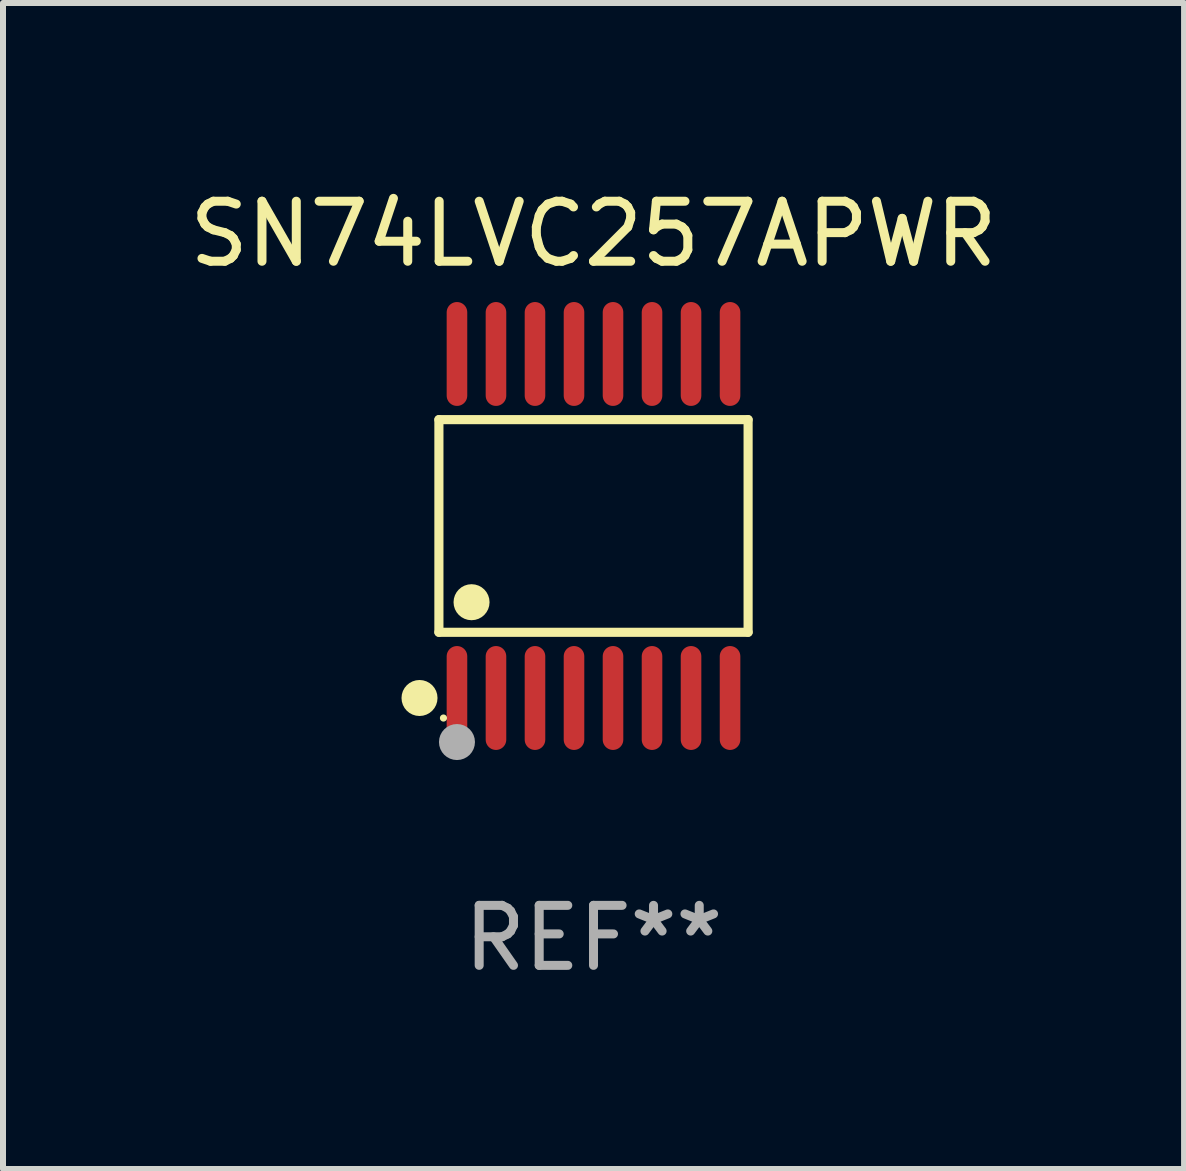
<source format=kicad_pcb>
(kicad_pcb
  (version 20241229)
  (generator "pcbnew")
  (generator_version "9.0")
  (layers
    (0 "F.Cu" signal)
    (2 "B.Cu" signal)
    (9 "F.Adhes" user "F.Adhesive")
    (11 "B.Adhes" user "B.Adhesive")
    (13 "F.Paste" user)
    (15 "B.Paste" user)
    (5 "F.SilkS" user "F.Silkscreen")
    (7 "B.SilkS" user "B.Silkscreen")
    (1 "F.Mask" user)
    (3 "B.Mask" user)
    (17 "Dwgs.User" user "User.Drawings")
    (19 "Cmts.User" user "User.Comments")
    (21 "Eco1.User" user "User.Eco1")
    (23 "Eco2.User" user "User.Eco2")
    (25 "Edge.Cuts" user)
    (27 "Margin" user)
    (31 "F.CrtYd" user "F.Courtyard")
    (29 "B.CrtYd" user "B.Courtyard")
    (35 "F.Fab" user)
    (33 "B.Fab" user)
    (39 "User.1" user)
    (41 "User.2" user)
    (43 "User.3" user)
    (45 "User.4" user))
  (footprint "SN74LVC257APWR"
    (layer "F.Cu")
    (at 6.839 5.714)
    (property "Reference" "SN74LVC257APWR" (at 0 -4.866 0) (layer "F.SilkS") (effects (font (size 1 1) (thickness 0.15))))
    (attr through_hole)
    (fp_line (start -2.576 -1.772) (end 2.576 -1.772) (stroke (width 0.152) (type solid)) (layer "F.SilkS"))
    (fp_line (start -2.576 1.771) (end -2.576 -1.772) (stroke (width 0.152) (type solid)) (layer "F.SilkS"))
    (fp_line (start 2.576 -1.772) (end 2.576 1.771) (stroke (width 0.152) (type solid)) (layer "F.SilkS"))
    (fp_line (start 2.576 1.771) (end -2.576 1.771) (stroke (width 0.152) (type solid)) (layer "F.SilkS"))
    (fp_circle (center -2.899 2.866) (end -2.749 2.866) (stroke (width 0.3) (type solid)) (fill no) (layer "F.SilkS"))
    (fp_circle (center -2.5 3.2) (end -2.47 3.2) (stroke (width 0.06) (type solid)) (fill no) (layer "F.SilkS"))
    (fp_circle (center -2.032 1.27) (end -1.882 1.27) (stroke (width 0.3) (type solid)) (fill no) (layer "F.SilkS"))
    (fp_circle (center -2.275 3.6) (end -2.125 3.6) (stroke (width 0.3) (type solid)) (fill no) (layer "F.Fab"))
    (fp_text user "REF**" (at 0 6.866 0) (layer "F.Fab") (effects (font (size 1 1) (thickness 0.15))))
    (pad "1" smd oval (at -2.275 2.866) (size 0.343 1.731) (layers "F.Cu" "F.Mask" "F.Paste"))
    (pad "2" smd oval (at -1.625 2.866) (size 0.343 1.731) (layers "F.Cu" "F.Mask" "F.Paste"))
    (pad "3" smd oval (at -0.975 2.866) (size 0.343 1.731) (layers "F.Cu" "F.Mask" "F.Paste"))
    (pad "4" smd oval (at -0.325 2.866) (size 0.343 1.731) (layers "F.Cu" "F.Mask" "F.Paste"))
    (pad "5" smd oval (at 0.325 2.866) (size 0.343 1.731) (layers "F.Cu" "F.Mask" "F.Paste"))
    (pad "6" smd oval (at 0.975 2.866) (size 0.343 1.731) (layers "F.Cu" "F.Mask" "F.Paste"))
    (pad "7" smd oval (at 1.625 2.866) (size 0.343 1.731) (layers "F.Cu" "F.Mask" "F.Paste"))
    (pad "8" smd oval (at 2.275 2.866) (size 0.343 1.731) (layers "F.Cu" "F.Mask" "F.Paste"))
    (pad "9" smd oval (at 2.275 -2.866) (size 0.343 1.731) (layers "F.Cu" "F.Mask" "F.Paste"))
    (pad "10" smd oval (at 1.625 -2.866) (size 0.343 1.731) (layers "F.Cu" "F.Mask" "F.Paste"))
    (pad "11" smd oval (at 0.975 -2.866) (size 0.343 1.731) (layers "F.Cu" "F.Mask" "F.Paste"))
    (pad "12" smd oval (at 0.325 -2.866) (size 0.343 1.731) (layers "F.Cu" "F.Mask" "F.Paste"))
    (pad "13" smd oval (at -0.325 -2.866) (size 0.343 1.731) (layers "F.Cu" "F.Mask" "F.Paste"))
    (pad "14" smd oval (at -0.975 -2.866) (size 0.343 1.731) (layers "F.Cu" "F.Mask" "F.Paste"))
    (pad "15" smd oval (at -1.625 -2.866) (size 0.343 1.731) (layers "F.Cu" "F.Mask" "F.Paste"))
    (pad "16" smd oval (at -2.275 -2.866) (size 0.343 1.731) (layers "F.Cu" "F.Mask" "F.Paste")))
  (gr_rect
    (start -3 -3)
    (end 16.679 16.428)
    (stroke (width 0.1) (type default))
    (fill no)
    (layer "Edge.Cuts")))
</source>
